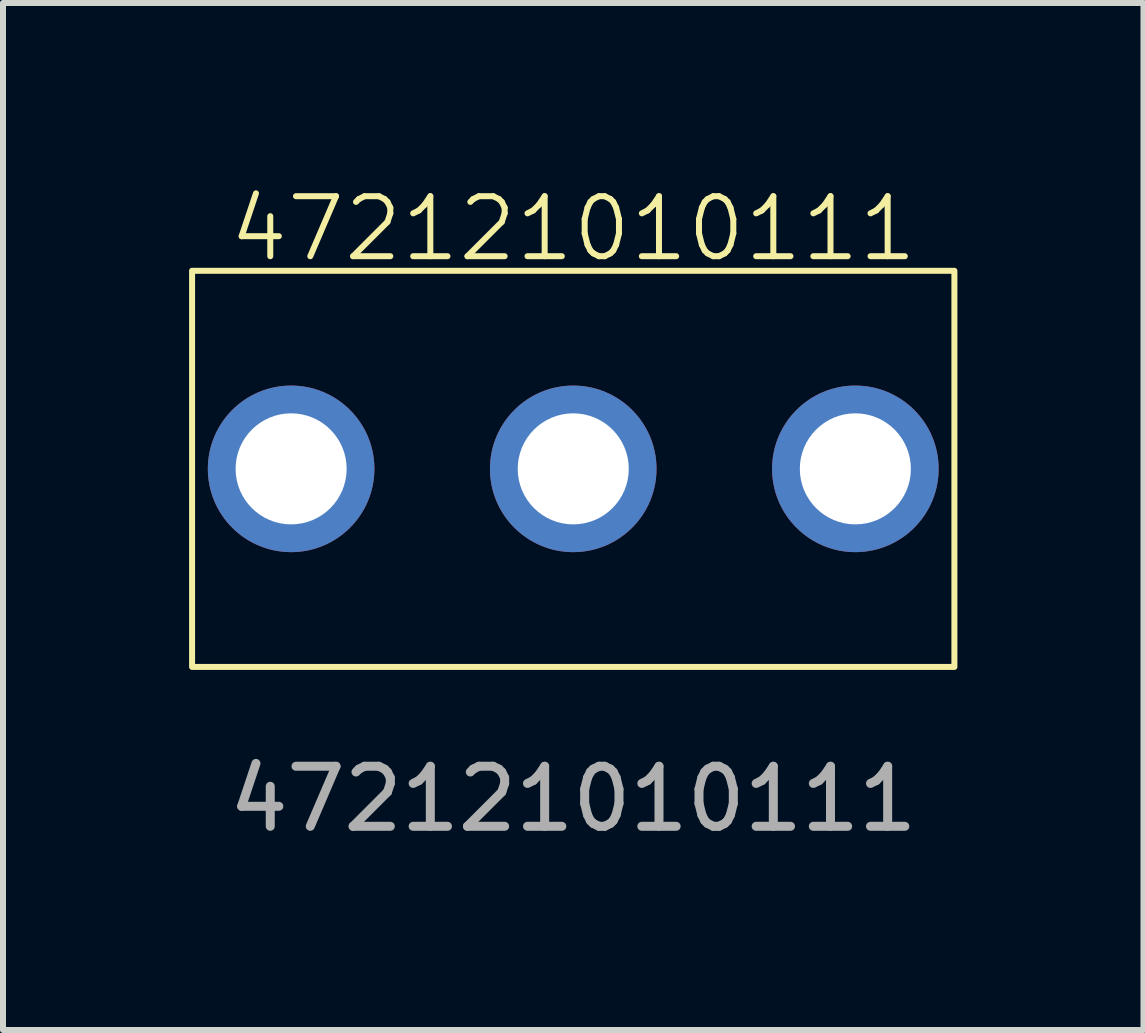
<source format=kicad_pcb>
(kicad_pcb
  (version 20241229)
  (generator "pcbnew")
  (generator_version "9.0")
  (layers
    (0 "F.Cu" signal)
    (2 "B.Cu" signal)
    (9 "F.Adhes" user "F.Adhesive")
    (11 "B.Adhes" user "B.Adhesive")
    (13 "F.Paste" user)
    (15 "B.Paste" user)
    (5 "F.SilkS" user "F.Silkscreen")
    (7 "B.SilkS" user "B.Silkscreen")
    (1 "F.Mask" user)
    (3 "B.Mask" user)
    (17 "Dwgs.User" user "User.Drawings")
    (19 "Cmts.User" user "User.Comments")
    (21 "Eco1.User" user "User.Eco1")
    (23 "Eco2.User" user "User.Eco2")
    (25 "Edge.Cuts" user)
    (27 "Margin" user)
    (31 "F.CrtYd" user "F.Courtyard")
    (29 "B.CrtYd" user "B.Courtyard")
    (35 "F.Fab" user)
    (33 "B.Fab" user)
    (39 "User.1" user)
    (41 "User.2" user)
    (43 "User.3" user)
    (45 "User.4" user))
  (footprint "472121010111"
    (layer "F.Cu")
    (at 6.5 4.761)
    (property "Reference" "472121010111" (at 0 -4 0) (unlocked yes) (layer "F.SilkS") (effects (font (size 1 1) (thickness 0.1))))
    (attr through_hole)
    (fp_rect (start -6.35 -3.3) (end 6.35 3.3) (stroke (width 0.1) (type default)) (fill no) (layer "F.SilkS"))
    (fp_rect (start -6.45 -3.4) (end 6.45 3.4) (stroke (width 0.1) (type default)) (fill no) (layer "Margin"))
    (fp_text user "${REFERENCE}" (at 0 5.5 0) (unlocked yes) (layer "F.Fab") (effects (font (size 1 1) (thickness 0.15))))
    (pad "1" thru_hole circle (at 4.7 0) (size 2.775 2.775) (drill 1.85) (layers "*.Cu" "*.Mask"))
    (pad "2" thru_hole circle (at 0 0) (size 2.775 2.775) (drill 1.85) (layers "*.Cu" "*.Mask"))
    (pad "3" thru_hole circle (at -4.7 0) (size 2.775 2.775) (drill 1.85) (layers "*.Cu" "*.Mask")))
  (gr_rect
    (start -3 -3)
    (end 16 14.109)
    (stroke (width 0.1) (type default))
    (fill no)
    (layer "Edge.Cuts")))
</source>
